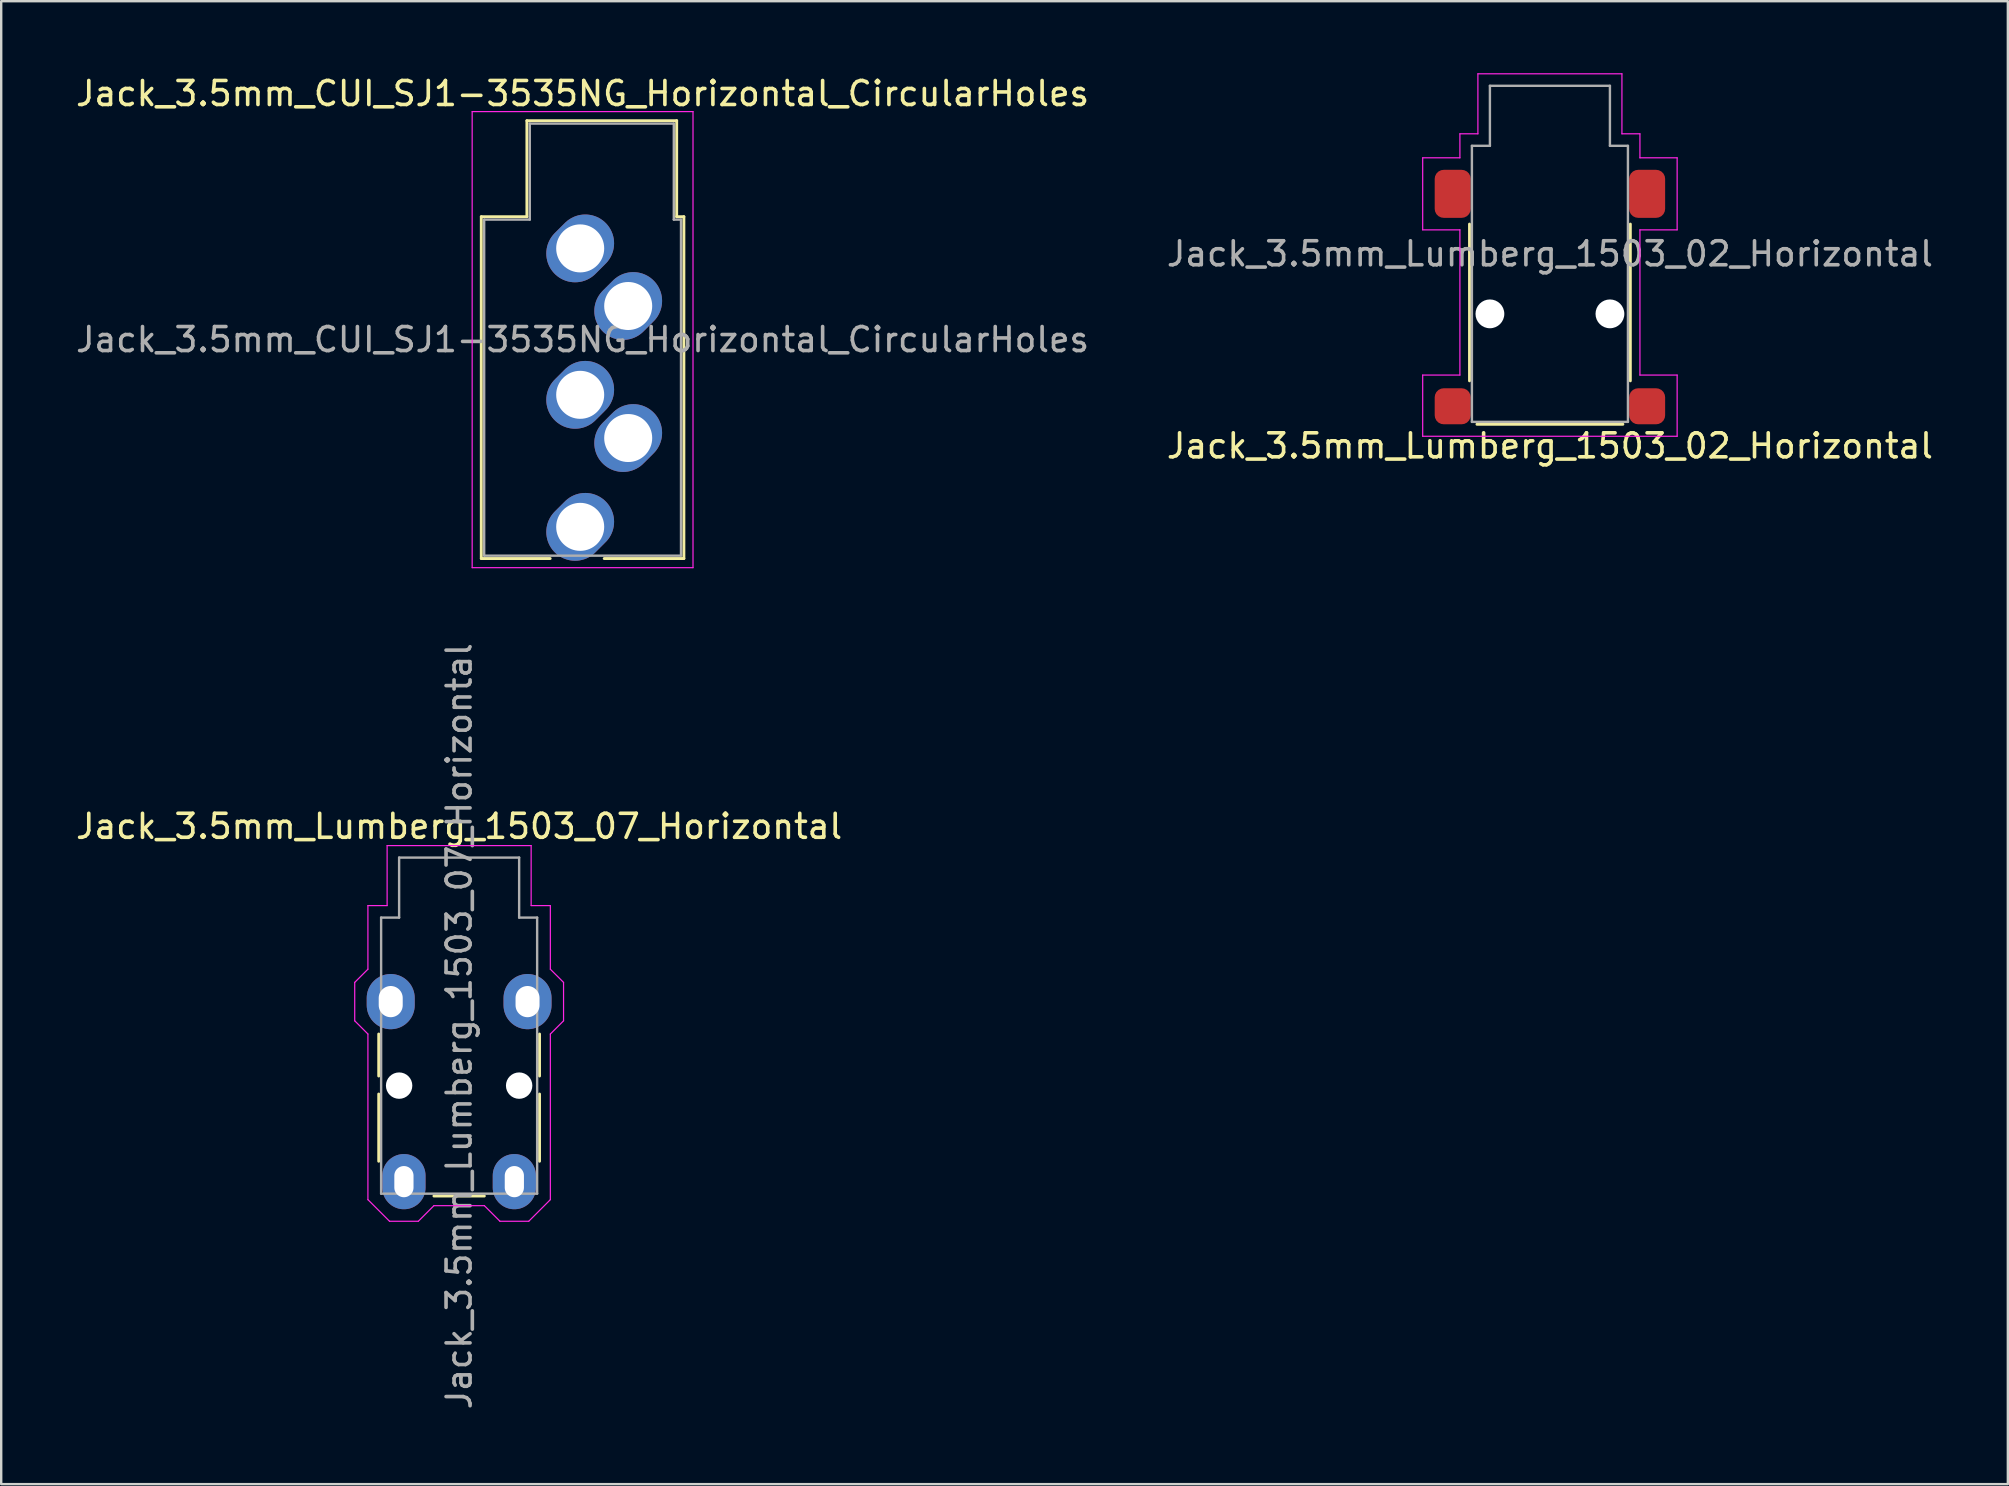
<source format=kicad_pcb>
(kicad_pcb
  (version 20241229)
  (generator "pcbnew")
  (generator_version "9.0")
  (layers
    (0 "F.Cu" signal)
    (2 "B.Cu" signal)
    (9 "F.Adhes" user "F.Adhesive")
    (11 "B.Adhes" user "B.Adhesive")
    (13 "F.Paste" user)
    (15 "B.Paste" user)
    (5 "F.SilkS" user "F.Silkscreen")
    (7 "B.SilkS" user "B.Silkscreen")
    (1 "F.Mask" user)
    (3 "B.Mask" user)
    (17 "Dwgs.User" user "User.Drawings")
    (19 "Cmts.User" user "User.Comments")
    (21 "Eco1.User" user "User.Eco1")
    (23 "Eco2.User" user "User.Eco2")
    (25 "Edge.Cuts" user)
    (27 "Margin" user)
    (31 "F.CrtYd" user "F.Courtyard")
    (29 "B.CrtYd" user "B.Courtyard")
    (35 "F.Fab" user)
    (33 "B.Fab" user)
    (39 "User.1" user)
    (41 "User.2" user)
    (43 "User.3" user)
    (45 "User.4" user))
  (footprint "Jack_3.5mm_CUI_SJ1-3535NG_Horizontal_CircularHoles"
    (layer "F.Cu")
    (at 21.12 7.298)
    (property "Reference" "Jack_3.5mm_CUI_SJ1-3535NG_Horizontal_CircularHoles" (at 0.1 -6.45 0) (layer "F.SilkS") (effects (font (size 1 1) (thickness 0.15))))
    (attr through_hole)
    (fp_line (start -4.12 -1.32) (end -2.22 -1.32) (stroke (width 0.12) (type solid)) (layer "F.SilkS"))
    (fp_line (start -4.12 12.92) (end -4.12 -1.32) (stroke (width 0.12) (type solid)) (layer "F.SilkS"))
    (fp_line (start -2.22 -5.32) (end 4.02 -5.32) (stroke (width 0.12) (type solid)) (layer "F.SilkS"))
    (fp_line (start -2.22 -1.32) (end -2.22 -5.32) (stroke (width 0.12) (type solid)) (layer "F.SilkS"))
    (fp_line (start -1.25 12.92) (end -4.12 12.92) (stroke (width 0.12) (type solid)) (layer "F.SilkS"))
    (fp_line (start 4.02 -5.32) (end 4.02 -1.32) (stroke (width 0.12) (type solid)) (layer "F.SilkS"))
    (fp_line (start 4.02 -1.32) (end 4.32 -1.32) (stroke (width 0.12) (type solid)) (layer "F.SilkS"))
    (fp_line (start 4.32 -1.32) (end 4.32 12.92) (stroke (width 0.12) (type solid)) (layer "F.SilkS"))
    (fp_line (start 4.32 12.92) (end 1 12.92) (stroke (width 0.12) (type solid)) (layer "F.SilkS"))
    (fp_line (start -4.5 -5.7) (end -4.5 13.3) (stroke (width 0.05) (type solid)) (layer "F.CrtYd"))
    (fp_line (start -4.5 13.3) (end 4.7 13.3) (stroke (width 0.05) (type solid)) (layer "F.CrtYd"))
    (fp_line (start 4.7 -5.7) (end -4.5 -5.7) (stroke (width 0.05) (type solid)) (layer "F.CrtYd"))
    (fp_line (start 4.7 13.3) (end 4.7 -5.7) (stroke (width 0.05) (type solid)) (layer "F.CrtYd"))
    (fp_line (start -4 -1.2) (end -2.1 -1.2) (stroke (width 0.1) (type solid)) (layer "F.Fab"))
    (fp_line (start -4 12.8) (end -4 -1.2) (stroke (width 0.1) (type solid)) (layer "F.Fab"))
    (fp_line (start -2.1 -5.2) (end 3.9 -5.2) (stroke (width 0.1) (type solid)) (layer "F.Fab"))
    (fp_line (start -2.1 -1.2) (end -2.1 -5.2) (stroke (width 0.1) (type solid)) (layer "F.Fab"))
    (fp_line (start 3.9 -5.2) (end 3.9 -1.2) (stroke (width 0.1) (type solid)) (layer "F.Fab"))
    (fp_line (start 3.9 -1.2) (end 4.2 -1.2) (stroke (width 0.1) (type solid)) (layer "F.Fab"))
    (fp_line (start 4.2 -1.2) (end 4.2 12.8) (stroke (width 0.1) (type solid)) (layer "F.Fab"))
    (fp_line (start 4.2 12.8) (end -4 12.8) (stroke (width 0.1) (type solid)) (layer "F.Fab"))
    (fp_text user "${REFERENCE}" (at 0.1 3.8 0) (layer "F.Fab") (effects (font (size 1 1) (thickness 0.15))))
    (pad "R" thru_hole oval (at 2 7.9 45) (size 3 2.4) (drill 2) (layers "*.Cu" "*.Mask"))
    (pad "RN" thru_hole oval (at 0 6.1 45) (size 3 2.4) (drill 2) (layers "*.Cu" "*.Mask"))
    (pad "S" thru_hole oval (at 0 0 45) (size 3 2.4) (drill 2) (layers "*.Cu" "*.Mask"))
    (pad "T" thru_hole oval (at 2 2.4 45) (size 3 2.4) (drill 2) (layers "*.Cu" "*.Mask"))
    (pad "TN" thru_hole oval (at 0 11.6 45) (size 3 2.4) (drill 2) (layers "*.Cu" "*.Mask")))
  (footprint "Jack_3.5mm_Lumberg_1503_02_Horizontal"
    (layer "F.Cu")
    (at 61.518 7.525)
    (property "Reference" "Jack_3.5mm_Lumberg_1503_02_Horizontal" (at 0 8 0) (unlocked yes) (layer "F.SilkS") (effects (font (size 1 1) (thickness 0.15))))
    (attr smd)
    (fp_line (start -3.35 -1.24) (end -3.35 5.29) (stroke (width 0.12) (type solid)) (layer "F.SilkS"))
    (fp_line (start 3.04 7.1) (end -3.04 7.1) (stroke (width 0.12) (type solid)) (layer "F.SilkS"))
    (fp_line (start 3.35 -1.24) (end 3.35 5.29) (stroke (width 0.12) (type solid)) (layer "F.SilkS"))
    (fp_line (start -5.3 -4) (end -5.3 -1) (stroke (width 0.05) (type solid)) (layer "F.CrtYd"))
    (fp_line (start -5.3 -4) (end -3.75 -4) (stroke (width 0.05) (type default)) (layer "F.CrtYd"))
    (fp_line (start -5.3 -1) (end -3.75 -1) (stroke (width 0.05) (type default)) (layer "F.CrtYd"))
    (fp_line (start -5.3 5.05) (end -5.3 7.6) (stroke (width 0.05) (type solid)) (layer "F.CrtYd"))
    (fp_line (start -5.3 5.05) (end -3.75 5.05) (stroke (width 0.05) (type default)) (layer "F.CrtYd"))
    (fp_line (start -5.3 7.6) (end 5.3 7.6) (stroke (width 0.05) (type solid)) (layer "F.CrtYd"))
    (fp_line (start -3.75 -5) (end -3.75 -4) (stroke (width 0.05) (type default)) (layer "F.CrtYd"))
    (fp_line (start -3.75 -5) (end -3 -5) (stroke (width 0.05) (type default)) (layer "F.CrtYd"))
    (fp_line (start -3.75 -1) (end -3.75 5.05) (stroke (width 0.05) (type default)) (layer "F.CrtYd"))
    (fp_line (start -3 -7.5) (end -3 -5) (stroke (width 0.05) (type default)) (layer "F.CrtYd"))
    (fp_line (start -3 -7.5) (end 3 -7.5) (stroke (width 0.05) (type solid)) (layer "F.CrtYd"))
    (fp_line (start 3 -7.5) (end 3 -5) (stroke (width 0.05) (type default)) (layer "F.CrtYd"))
    (fp_line (start 3 -5) (end 3.75 -5) (stroke (width 0.05) (type default)) (layer "F.CrtYd"))
    (fp_line (start 3.75 -5) (end 3.75 -4) (stroke (width 0.05) (type default)) (layer "F.CrtYd"))
    (fp_line (start 3.75 -4) (end 5.3 -4) (stroke (width 0.05) (type default)) (layer "F.CrtYd"))
    (fp_line (start 3.75 -1) (end 3.75 5.05) (stroke (width 0.05) (type default)) (layer "F.CrtYd"))
    (fp_line (start 3.75 -1) (end 5.3 -1) (stroke (width 0.05) (type default)) (layer "F.CrtYd"))
    (fp_line (start 3.75 5.05) (end 5.3 5.05) (stroke (width 0.05) (type default)) (layer "F.CrtYd"))
    (fp_line (start 5.3 -4) (end 5.3 -1) (stroke (width 0.05) (type solid)) (layer "F.CrtYd"))
    (fp_line (start 5.3 5.05) (end 5.3 7.6) (stroke (width 0.05) (type solid)) (layer "F.CrtYd"))
    (fp_line (start -3.25 -4.5) (end -2.5 -4.5) (stroke (width 0.1) (type solid)) (layer "F.Fab"))
    (fp_line (start -3.25 7) (end -3.25 -4.5) (stroke (width 0.1) (type solid)) (layer "F.Fab"))
    (fp_line (start -3.25 7) (end 3.25 7) (stroke (width 0.1) (type solid)) (layer "F.Fab"))
    (fp_line (start -2.5 -7) (end -2.5 -4.5) (stroke (width 0.1) (type solid)) (layer "F.Fab"))
    (fp_line (start -2.5 -7) (end 2.5 -7) (stroke (width 0.1) (type solid)) (layer "F.Fab"))
    (fp_line (start 2.5 -4.5) (end 2.5 -7) (stroke (width 0.1) (type solid)) (layer "F.Fab"))
    (fp_line (start 2.5 -4.5) (end 3.25 -4.5) (stroke (width 0.1) (type solid)) (layer "F.Fab"))
    (fp_line (start 3.25 -4.5) (end 3.25 7) (stroke (width 0.1) (type solid)) (layer "F.Fab"))
    (fp_text user "${REFERENCE}" (at 0 0 0) (unlocked yes) (layer "F.Fab") (effects (font (size 1 1) (thickness 0.15))))
    (pad "" np_thru_hole circle (at -2.5 2.5) (size 1.2 1.2) (drill 1.2) (layers "*.Cu" "*.Mask"))
    (pad "" np_thru_hole circle (at 2.5 2.5) (size 1.2 1.2) (drill 1.2) (layers "*.Cu" "*.Mask"))
    (pad "R" smd roundrect (at 4.05 6.35) (size 1.5 1.5) (layers "F.Cu" "F.Mask" "F.Paste") (roundrect_rratio 0.25))
    (pad "S" smd roundrect (at -4.05 6.35) (size 1.5 1.5) (layers "F.Cu" "F.Mask" "F.Paste") (roundrect_rratio 0.25))
    (pad "T" smd roundrect (at -4.05 -2.5) (size 1.5 2) (layers "F.Cu" "F.Mask" "F.Paste") (roundrect_rratio 0.25))
    (pad "T" smd roundrect (at 4.05 -2.5) (size 1.5 2) (layers "F.Cu" "F.Mask" "F.Paste") (roundrect_rratio 0.25)))
  (footprint "Jack_3.5mm_Lumberg_1503_07_Horizontal"
    (layer "F.Cu")
    (at 13.227 38.676)
    (property "Reference" "Jack_3.5mm_Lumberg_1503_07_Horizontal" (at 2.85 -7.3 0) (unlocked yes) (layer "F.SilkS") (effects (font (size 1 1) (thickness 0.15))))
    (attr through_hole)
    (fp_line (start -0.5 1.35) (end -0.5 3.1) (stroke (width 0.12) (type solid)) (layer "F.SilkS"))
    (fp_line (start -0.5 3.85) (end -0.5 6.65) (stroke (width 0.12) (type solid)) (layer "F.SilkS"))
    (fp_line (start 1.8 8.1) (end 3.9 8.1) (stroke (width 0.12) (type solid)) (layer "F.SilkS"))
    (fp_line (start 6.2 1.35) (end 6.2 3.1) (stroke (width 0.12) (type solid)) (layer "F.SilkS"))
    (fp_line (start 6.2 3.85) (end 6.2 6.65) (stroke (width 0.12) (type solid)) (layer "F.SilkS"))
    (fp_line (start -1.5 -0.8) (end -1.5 0.8) (stroke (width 0.05) (type solid)) (layer "F.CrtYd"))
    (fp_line (start -1.5 0.8) (end -0.95 1.35) (stroke (width 0.05) (type default)) (layer "F.CrtYd"))
    (fp_line (start -0.95 -1.35) (end -1.5 -0.8) (stroke (width 0.05) (type default)) (layer "F.CrtYd"))
    (fp_line (start -0.95 -1.35) (end -0.95 -4) (stroke (width 0.05) (type default)) (layer "F.CrtYd"))
    (fp_line (start -0.95 1.35) (end -0.95 8.25) (stroke (width 0.05) (type default)) (layer "F.CrtYd"))
    (fp_line (start -0.95 8.25) (end -0.05 9.15) (stroke (width 0.05) (type default)) (layer "F.CrtYd"))
    (fp_line (start -0.15 -6.5) (end -0.15 -4) (stroke (width 0.05) (type default)) (layer "F.CrtYd"))
    (fp_line (start -0.15 -6.5) (end 5.85 -6.5) (stroke (width 0.05) (type solid)) (layer "F.CrtYd"))
    (fp_line (start -0.15 -4) (end -0.95 -4) (stroke (width 0.05) (type default)) (layer "F.CrtYd"))
    (fp_line (start -0.05 9.15) (end 1.15 9.15) (stroke (width 0.05) (type solid)) (layer "F.CrtYd"))
    (fp_line (start 1.15 9.15) (end 1.8 8.5) (stroke (width 0.05) (type default)) (layer "F.CrtYd"))
    (fp_line (start 1.8 8.5) (end 3.9 8.5) (stroke (width 0.05) (type default)) (layer "F.CrtYd"))
    (fp_line (start 3.9 8.5) (end 4.55 9.15) (stroke (width 0.05) (type default)) (layer "F.CrtYd"))
    (fp_line (start 4.55 9.15) (end 5.75 9.15) (stroke (width 0.05) (type solid)) (layer "F.CrtYd"))
    (fp_line (start 5.85 -6.5) (end 5.85 -4) (stroke (width 0.05) (type default)) (layer "F.CrtYd"))
    (fp_line (start 5.85 -4) (end 6.65 -4) (stroke (width 0.05) (type default)) (layer "F.CrtYd"))
    (fp_line (start 6.65 -1.35) (end 6.65 -4) (stroke (width 0.05) (type default)) (layer "F.CrtYd"))
    (fp_line (start 6.65 1.35) (end 6.65 8.25) (stroke (width 0.05) (type default)) (layer "F.CrtYd"))
    (fp_line (start 6.65 8.25) (end 5.75 9.15) (stroke (width 0.05) (type default)) (layer "F.CrtYd"))
    (fp_line (start 7.2 -0.8) (end 6.65 -1.35) (stroke (width 0.05) (type default)) (layer "F.CrtYd"))
    (fp_line (start 7.2 -0.8) (end 7.2 0.8) (stroke (width 0.05) (type solid)) (layer "F.CrtYd"))
    (fp_line (start 7.2 0.8) (end 6.65 1.35) (stroke (width 0.05) (type default)) (layer "F.CrtYd"))
    (fp_line (start -0.4 -3.5) (end 0.35 -3.5) (stroke (width 0.1) (type solid)) (layer "F.Fab"))
    (fp_line (start -0.4 8) (end -0.4 -3.5) (stroke (width 0.1) (type solid)) (layer "F.Fab"))
    (fp_line (start -0.4 8) (end 6.1 8) (stroke (width 0.1) (type solid)) (layer "F.Fab"))
    (fp_line (start 0.35 -6) (end 0.35 -3.5) (stroke (width 0.1) (type solid)) (layer "F.Fab"))
    (fp_line (start 0.35 -6) (end 5.35 -6) (stroke (width 0.1) (type solid)) (layer "F.Fab"))
    (fp_line (start 5.35 -3.5) (end 5.35 -6) (stroke (width 0.1) (type solid)) (layer "F.Fab"))
    (fp_line (start 5.35 -3.5) (end 6.1 -3.5) (stroke (width 0.1) (type solid)) (layer "F.Fab"))
    (fp_line (start 6.1 -3.5) (end 6.1 8) (stroke (width 0.1) (type solid)) (layer "F.Fab"))
    (fp_text user "${REFERENCE}" (at 2.85 1.025 90) (unlocked yes) (layer "F.Fab") (effects (font (size 1 1) (thickness 0.15))))
    (pad "" np_thru_hole circle (at 0.35 3.5) (size 1.1 1.1) (drill 1.1) (layers "*.Cu" "*.Mask"))
    (pad "" np_thru_hole circle (at 5.35 3.5) (size 1.1 1.1) (drill 1.1) (layers "*.Cu" "*.Mask"))
    (pad "R" thru_hole oval (at 5.15 7.5) (size 1.8 2.3) (drill oval 0.8 1.3) (layers "*.Cu" "*.Mask"))
    (pad "S" thru_hole oval (at 0.55 7.5) (size 1.8 2.3) (drill oval 0.8 1.3) (layers "*.Cu" "*.Mask"))
    (pad "T" thru_hole oval (at 0 0) (size 2 2.3) (drill oval 1 1.3) (layers "*.Cu" "*.Mask"))
    (pad "T" thru_hole oval (at 5.7 0) (size 2 2.3) (drill oval 1 1.3) (layers "*.Cu" "*.Mask")))
  (gr_rect
    (start -3 -3)
    (end 80.595 58.778)
    (stroke (width 0.1) (type default))
    (fill no)
    (layer "Edge.Cuts")))
</source>
